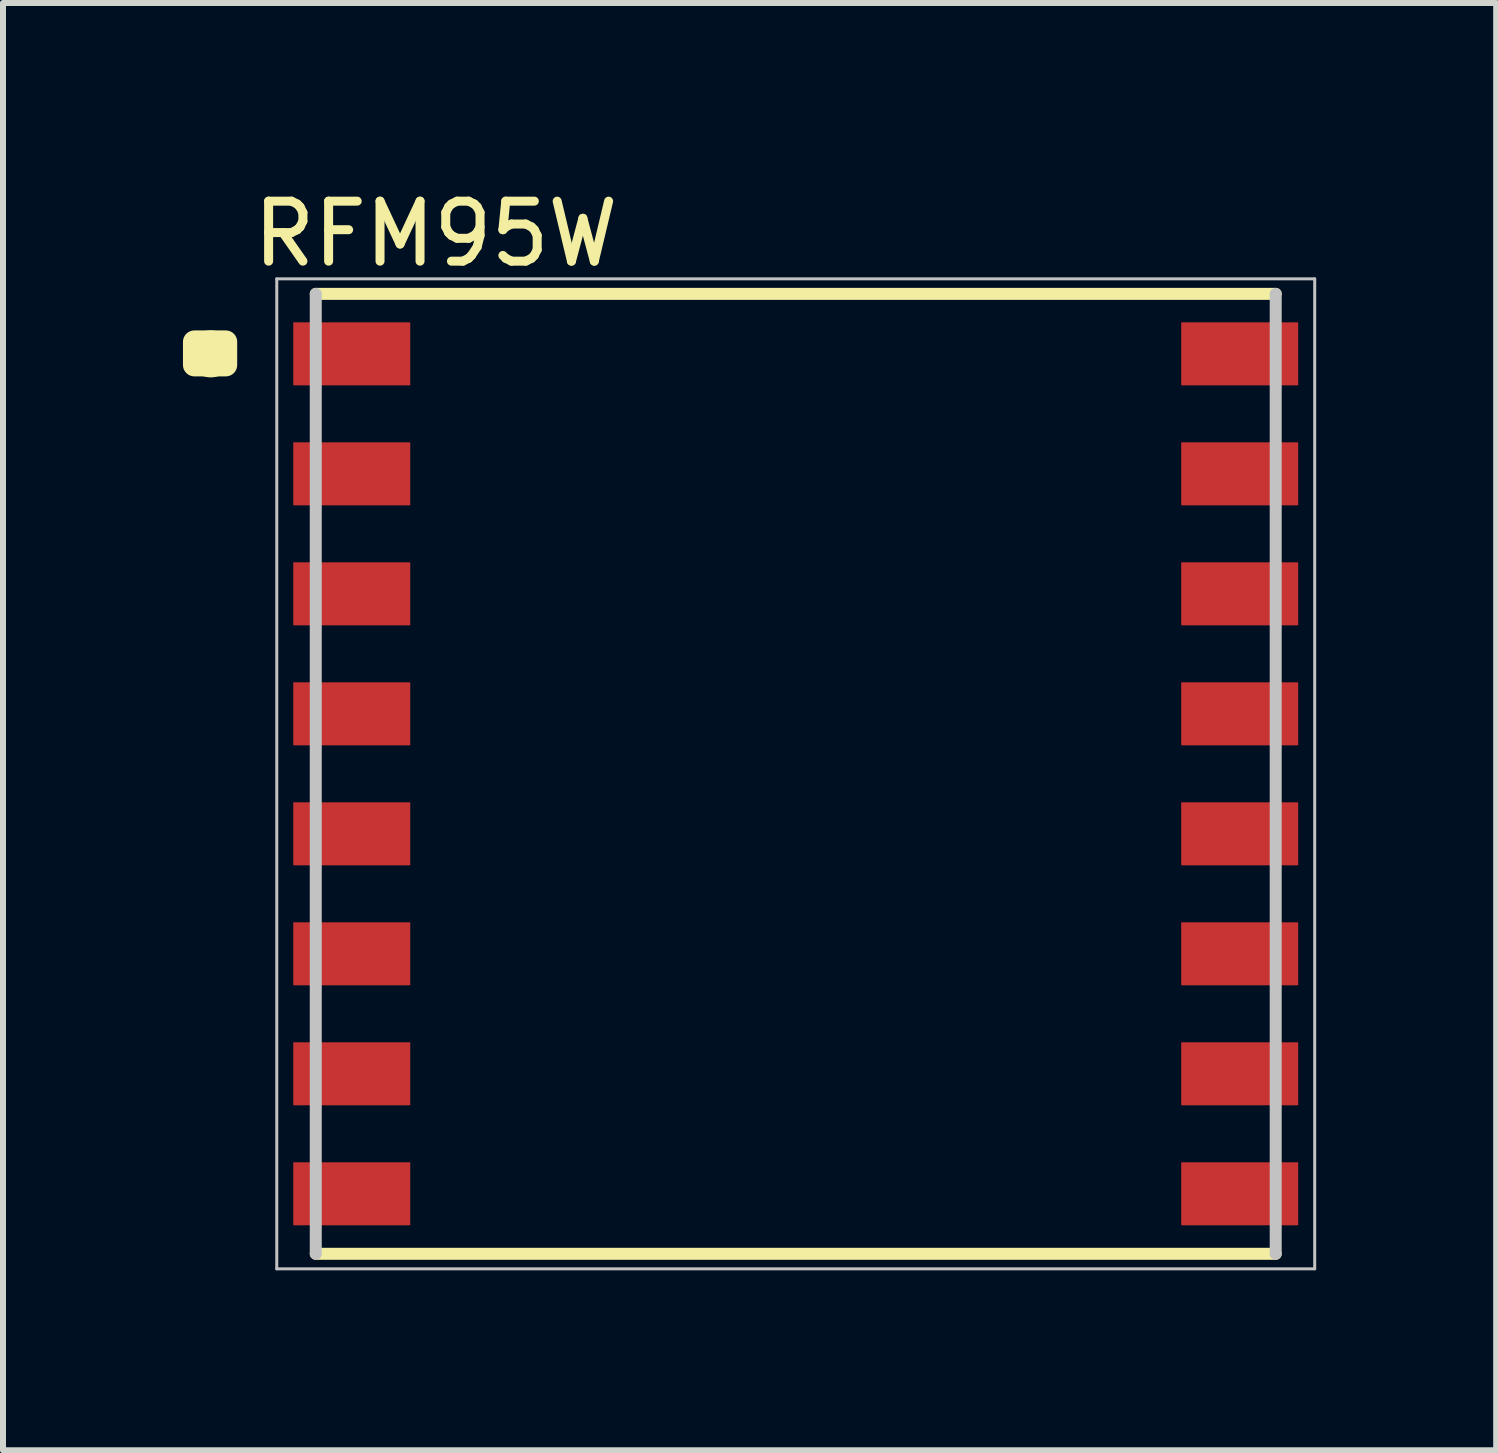
<source format=kicad_pcb>
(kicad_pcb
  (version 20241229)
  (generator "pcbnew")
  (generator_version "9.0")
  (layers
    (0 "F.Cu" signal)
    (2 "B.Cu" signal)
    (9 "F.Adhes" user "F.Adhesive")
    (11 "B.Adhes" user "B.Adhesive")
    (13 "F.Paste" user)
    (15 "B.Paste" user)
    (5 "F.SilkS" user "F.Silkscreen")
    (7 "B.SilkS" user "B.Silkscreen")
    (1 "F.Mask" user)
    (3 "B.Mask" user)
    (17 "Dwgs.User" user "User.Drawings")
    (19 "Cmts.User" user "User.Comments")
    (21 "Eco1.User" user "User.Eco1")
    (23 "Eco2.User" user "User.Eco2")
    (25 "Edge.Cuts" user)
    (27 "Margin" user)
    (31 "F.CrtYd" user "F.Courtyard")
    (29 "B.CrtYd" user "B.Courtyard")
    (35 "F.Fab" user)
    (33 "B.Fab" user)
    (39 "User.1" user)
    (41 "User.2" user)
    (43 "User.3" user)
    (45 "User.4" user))
  (footprint "RFM95W"
    (layer "F.Cu")
    (at 10.213 9.848)
    (property "Reference" "RFM95W" (at -6 -9 0) (layer "F.SilkS") (effects (font (size 1 1) (thickness 0.15))))
    (attr smd)
    (fp_line (start -8 -8) (end 8 -8) (stroke (width 0.2) (type solid)) (layer "F.SilkS"))
    (fp_line (start 8 8) (end -8 8) (stroke (width 0.2) (type solid)) (layer "F.SilkS"))
    (fp_circle (center -9.75 -7) (end -9.458 -7) (stroke (width 0.2) (type solid)) (fill no) (layer "F.SilkS"))
    (fp_poly (pts (xy -10.023 -7.2) (xy -9.5 -7.2) (xy -9.5 -6.815) (xy -10.023 -6.815)) (stroke (width 0.381) (type solid)) (fill yes) (layer "F.SilkS"))
    (fp_line (start -8.65 -8.25) (end 8.65 -8.25) (stroke (width 0.05) (type solid)) (layer "Dwgs.User"))
    (fp_line (start -8.65 8.25) (end -8.65 -8.25) (stroke (width 0.05) (type solid)) (layer "Dwgs.User"))
    (fp_line (start -8 8) (end -8 -8) (stroke (width 0.2) (type solid)) (layer "Dwgs.User"))
    (fp_line (start 8 -8) (end 8 8) (stroke (width 0.2) (type solid)) (layer "Dwgs.User"))
    (fp_line (start 8.65 -8.25) (end 8.65 8.25) (stroke (width 0.05) (type solid)) (layer "Dwgs.User"))
    (fp_line (start 8.65 8.25) (end -8.65 8.25) (stroke (width 0.05) (type solid)) (layer "Dwgs.User"))
    (pad "1" smd rect (at -7.4 -7) (size 1.95 1.05) (layers "F.Cu" "F.Mask" "F.Paste"))
    (pad "2" smd rect (at -7.4 -5) (size 1.95 1.05) (layers "F.Cu" "F.Mask" "F.Paste"))
    (pad "3" smd rect (at -7.4 -3) (size 1.95 1.05) (layers "F.Cu" "F.Mask" "F.Paste"))
    (pad "4" smd rect (at -7.4 -1) (size 1.95 1.05) (layers "F.Cu" "F.Mask" "F.Paste"))
    (pad "5" smd rect (at -7.4 1) (size 1.95 1.05) (layers "F.Cu" "F.Mask" "F.Paste"))
    (pad "6" smd rect (at -7.4 3) (size 1.95 1.05) (layers "F.Cu" "F.Mask" "F.Paste"))
    (pad "7" smd rect (at -7.4 5) (size 1.95 1.05) (layers "F.Cu" "F.Mask" "F.Paste"))
    (pad "8" smd rect (at -7.4 7) (size 1.95 1.05) (layers "F.Cu" "F.Mask" "F.Paste"))
    (pad "9" smd rect (at 7.4 7 180) (size 1.95 1.05) (layers "F.Cu" "F.Mask" "F.Paste"))
    (pad "10" smd rect (at 7.4 5 180) (size 1.95 1.05) (layers "F.Cu" "F.Mask" "F.Paste"))
    (pad "11" smd rect (at 7.4 3 180) (size 1.95 1.05) (layers "F.Cu" "F.Mask" "F.Paste"))
    (pad "12" smd rect (at 7.4 1 180) (size 1.95 1.05) (layers "F.Cu" "F.Mask" "F.Paste"))
    (pad "13" smd rect (at 7.4 -1 180) (size 1.95 1.05) (layers "F.Cu" "F.Mask" "F.Paste"))
    (pad "14" smd rect (at 7.4 -3 180) (size 1.95 1.05) (layers "F.Cu" "F.Mask" "F.Paste"))
    (pad "15" smd rect (at 7.4 -5 180) (size 1.95 1.05) (layers "F.Cu" "F.Mask" "F.Paste"))
    (pad "16" smd rect (at 7.4 -7 180) (size 1.95 1.05) (layers "F.Cu" "F.Mask" "F.Paste")))
  (gr_rect
    (start -3 -3)
    (end 21.888 21.123)
    (stroke (width 0.1) (type default))
    (fill no)
    (layer "Edge.Cuts")))
</source>
